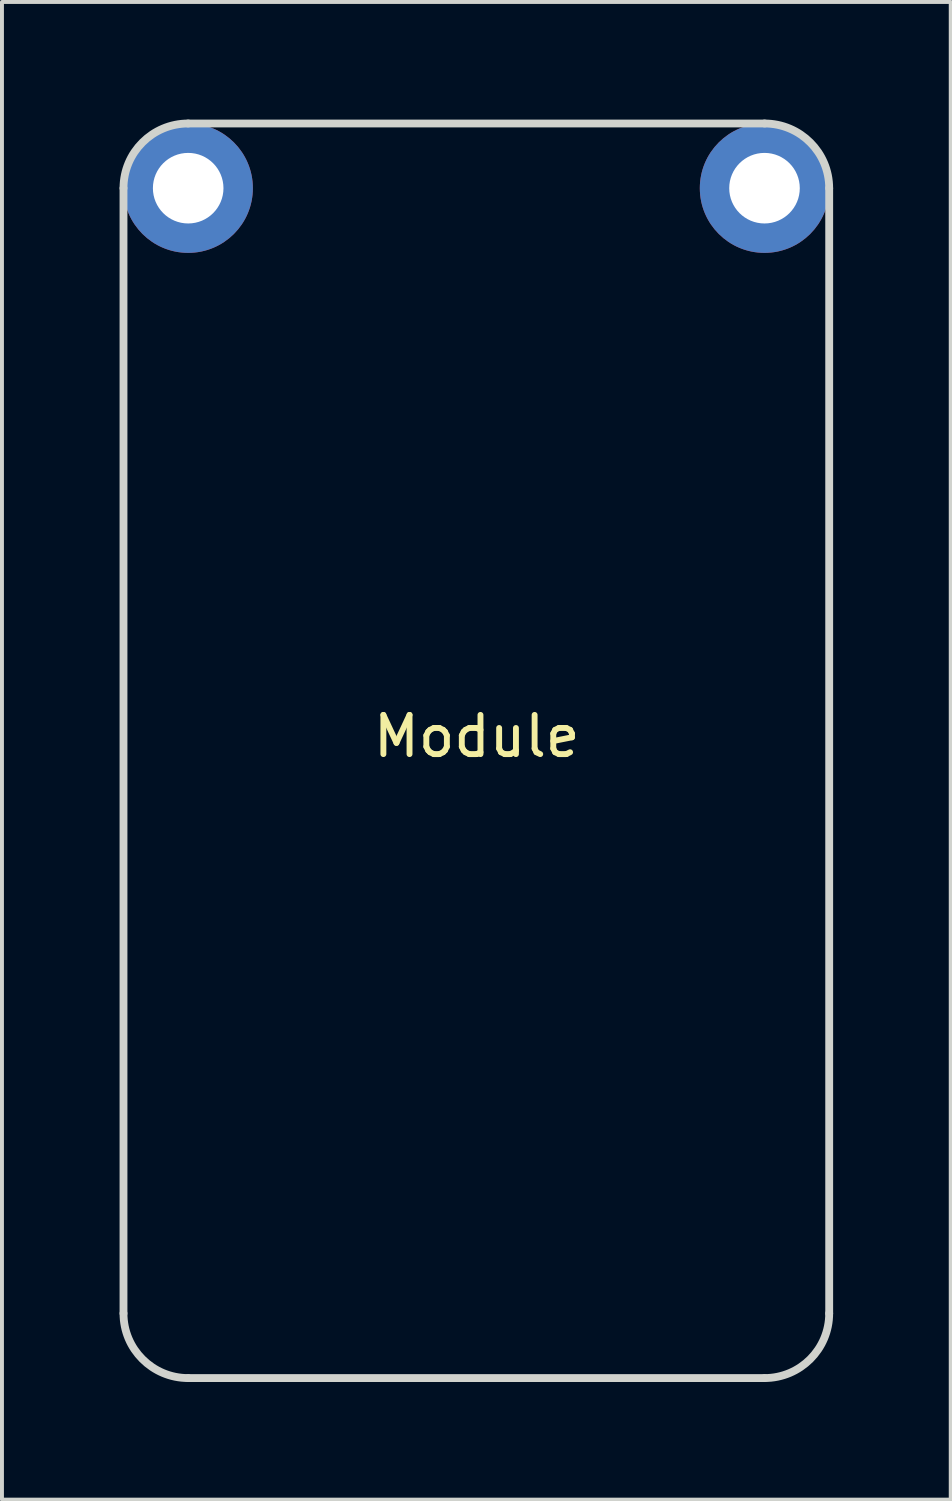
<source format=kicad_pcb>
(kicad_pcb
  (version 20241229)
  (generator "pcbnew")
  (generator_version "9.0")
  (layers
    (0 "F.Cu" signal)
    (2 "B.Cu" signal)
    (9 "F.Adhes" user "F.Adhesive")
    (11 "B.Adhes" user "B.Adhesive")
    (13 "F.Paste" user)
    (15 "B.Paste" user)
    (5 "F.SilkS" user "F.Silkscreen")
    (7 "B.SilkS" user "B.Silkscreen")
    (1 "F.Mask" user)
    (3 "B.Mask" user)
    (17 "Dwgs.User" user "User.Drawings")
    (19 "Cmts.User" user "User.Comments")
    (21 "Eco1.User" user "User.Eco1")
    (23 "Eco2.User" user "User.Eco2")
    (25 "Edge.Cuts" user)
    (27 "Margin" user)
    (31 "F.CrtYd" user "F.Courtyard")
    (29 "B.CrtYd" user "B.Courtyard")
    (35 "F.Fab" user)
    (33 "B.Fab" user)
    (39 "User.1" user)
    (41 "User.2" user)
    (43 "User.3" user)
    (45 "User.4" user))
  (footprint "Module"
    (layer "F.Cu")
    (at 9.1 16.1)
    (property "Reference" "Module" (at 0.01 -0.37 0) (unlocked yes) (layer "F.SilkS") (effects (font (size 1 1) (thickness 0.15))))
    (attr board_only exclude_from_pos_files exclude_from_bom allow_missing_courtyard)
    (fp_line (start -9 -14.35) (end -9 14.35) (stroke (width 0.2) (type solid)) (layer "Edge.Cuts"))
    (fp_line (start -7.35 16) (end 7.35 16) (stroke (width 0.2) (type solid)) (layer "Edge.Cuts"))
    (fp_line (start 7.35 -16) (end -7.35 -16) (stroke (width 0.2) (type solid)) (layer "Edge.Cuts"))
    (fp_line (start 9 14.35) (end 9 -14.35) (stroke (width 0.2) (type solid)) (layer "Edge.Cuts"))
    (fp_arc (start -9 -14.35) (mid -8.516726 -15.516726) (end -7.35 -16) (stroke (width 0.2) (type solid)) (layer "Edge.Cuts"))
    (fp_arc (start -7.35 16) (mid -8.516726 15.516726) (end -9 14.35) (stroke (width 0.2) (type solid)) (layer "Edge.Cuts"))
    (fp_arc (start 7.35 -16) (mid 8.516726 -15.516726) (end 9 -14.35) (stroke (width 0.2) (type solid)) (layer "Edge.Cuts"))
    (fp_arc (start 9 14.35) (mid 8.516726 15.516726) (end 7.35 16) (stroke (width 0.2) (type solid)) (layer "Edge.Cuts"))
    (fp_text user "x" (at 7.35 14.35 0) (unlocked yes) (layer "Eco1.User") (effects (font (size 0.5 0.5) (thickness 0.1))))
    (fp_text user "x" (at -7.35 14.35 0) (unlocked yes) (layer "Eco1.User") (effects (font (size 0.5 0.5) (thickness 0.1))))
    (fp_text user "x" (at 0 -11.825 0) (unlocked yes) (layer "Eco1.User") (effects (font (size 0.5 0.5) (thickness 0.1))))
    (pad "1" thru_hole circle (at -7.35 -14.35) (size 3.3 3.3) (drill 1.8) (layers "*.Cu" "*.Mask"))
    (pad "1" thru_hole circle (at 7.35 -14.35) (size 3.3 3.3) (drill 1.8) (layers "*.Cu" "*.Mask")))
  (gr_rect
    (start -3 -3)
    (end 21.2 35.2)
    (stroke (width 0.1) (type default))
    (fill no)
    (layer "Edge.Cuts")))
</source>
